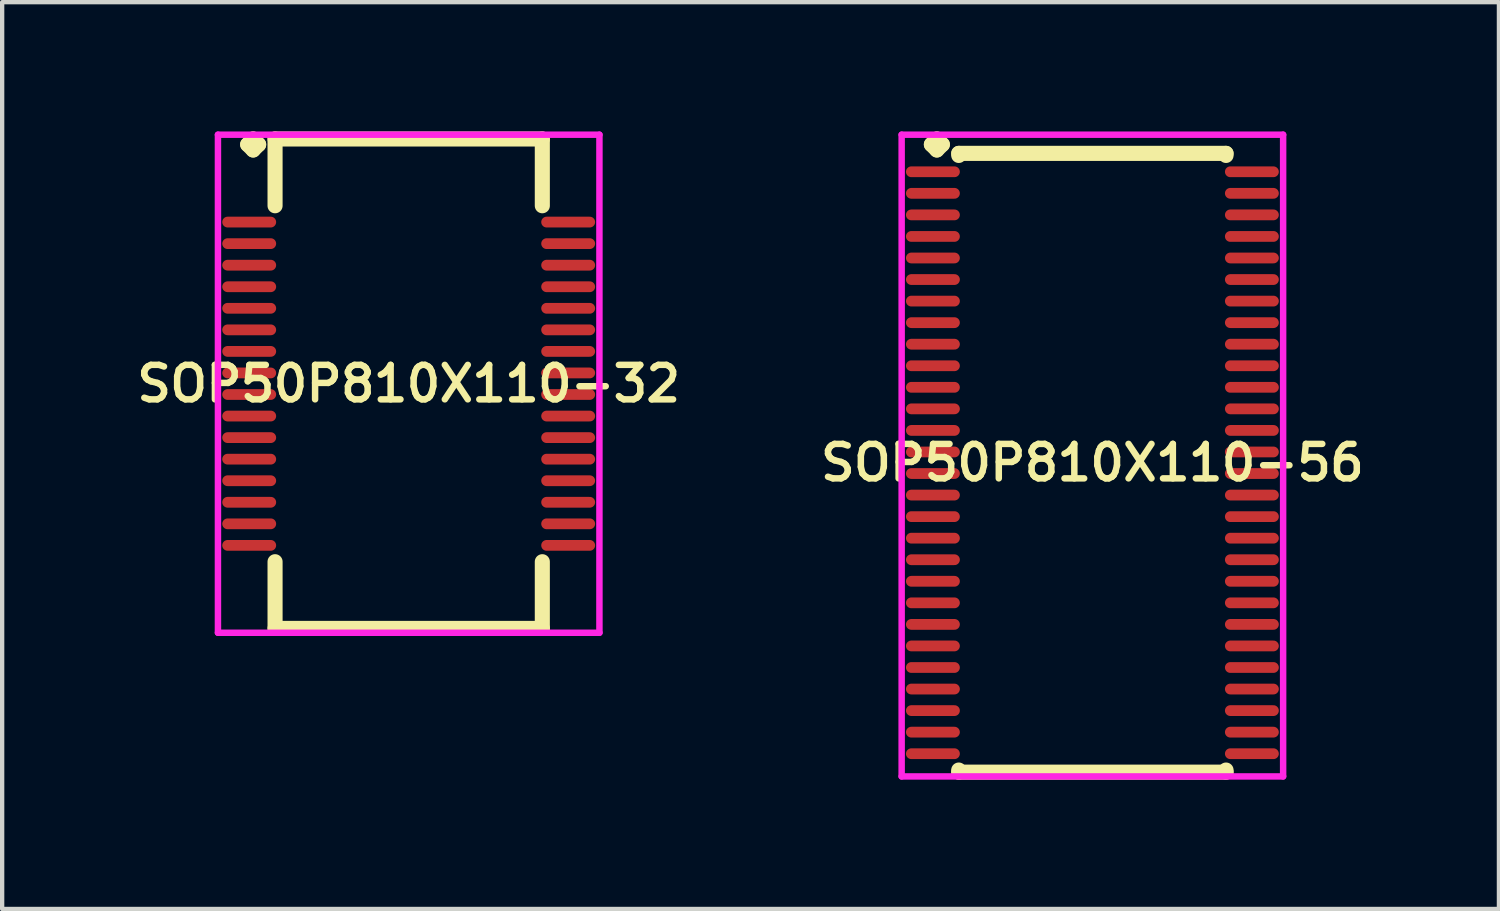
<source format=kicad_pcb>
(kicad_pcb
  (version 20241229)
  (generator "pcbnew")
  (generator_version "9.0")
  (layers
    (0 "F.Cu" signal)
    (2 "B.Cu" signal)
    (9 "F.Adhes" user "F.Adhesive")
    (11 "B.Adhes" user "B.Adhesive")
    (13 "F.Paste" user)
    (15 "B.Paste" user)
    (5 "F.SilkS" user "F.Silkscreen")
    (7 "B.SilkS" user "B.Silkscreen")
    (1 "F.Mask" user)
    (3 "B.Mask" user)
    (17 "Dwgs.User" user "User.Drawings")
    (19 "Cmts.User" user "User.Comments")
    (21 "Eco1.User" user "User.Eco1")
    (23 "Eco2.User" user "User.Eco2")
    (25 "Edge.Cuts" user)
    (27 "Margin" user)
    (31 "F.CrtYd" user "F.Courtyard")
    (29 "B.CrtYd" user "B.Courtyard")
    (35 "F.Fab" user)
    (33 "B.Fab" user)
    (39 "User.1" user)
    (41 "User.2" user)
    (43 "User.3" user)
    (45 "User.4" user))
  (footprint "SOP50P810X110-56"
    (layer "F.Cu")
    (at 22.292 7.685)
    (property "Reference" "SOP50P810X110-56" (at 0 0 0) (layer "F.SilkS") (effects (font (size 0.8 0.8) (thickness 0.15))))
    (attr smd)
    (fp_line (start -3.735 -7.383) (end -3.608 -7.51) (stroke (width 0.35) (type solid)) (layer "F.SilkS"))
    (fp_line (start -3.608 -7.51) (end -3.481 -7.383) (stroke (width 0.35) (type solid)) (layer "F.SilkS"))
    (fp_line (start -3.608 -7.256) (end -3.735 -7.383) (stroke (width 0.35) (type solid)) (layer "F.SilkS"))
    (fp_line (start -3.481 -7.383) (end -3.608 -7.256) (stroke (width 0.35) (type solid)) (layer "F.SilkS"))
    (fp_line (start -3.1 -7.177) (end 3.1 -7.177) (stroke (width 0.35) (type solid)) (layer "F.SilkS"))
    (fp_line (start -3.1 -7.129) (end -3.1 -7.177) (stroke (width 0.35) (type solid)) (layer "F.SilkS"))
    (fp_line (start -3.1 7.129) (end -3.1 7.177) (stroke (width 0.35) (type solid)) (layer "F.SilkS"))
    (fp_line (start -3.1 7.177) (end 3.1 7.177) (stroke (width 0.35) (type solid)) (layer "F.SilkS"))
    (fp_line (start 3.1 -7.177) (end 3.1 -7.129) (stroke (width 0.35) (type solid)) (layer "F.SilkS"))
    (fp_line (start 3.1 7.177) (end 3.1 7.129) (stroke (width 0.35) (type solid)) (layer "F.SilkS"))
    (fp_line (start -4.425 -7.61) (end 4.425 -7.61) (stroke (width 0.15) (type solid)) (layer "F.CrtYd"))
    (fp_line (start -4.425 7.277) (end -4.425 -7.61) (stroke (width 0.15) (type solid)) (layer "F.CrtYd"))
    (fp_line (start 4.425 -7.61) (end 4.425 7.277) (stroke (width 0.15) (type solid)) (layer "F.CrtYd"))
    (fp_line (start 4.425 7.277) (end -4.425 7.277) (stroke (width 0.15) (type solid)) (layer "F.CrtYd"))
    (pad "1" smd oval (at -3.7 -6.75) (size 1.25 0.25) (layers "F.Cu" "F.Mask" "F.Paste"))
    (pad "2" smd oval (at -3.7 -6.25) (size 1.25 0.25) (layers "F.Cu" "F.Mask" "F.Paste"))
    (pad "3" smd oval (at -3.7 -5.75) (size 1.25 0.25) (layers "F.Cu" "F.Mask" "F.Paste"))
    (pad "4" smd oval (at -3.7 -5.25) (size 1.25 0.25) (layers "F.Cu" "F.Mask" "F.Paste"))
    (pad "5" smd oval (at -3.7 -4.75) (size 1.25 0.25) (layers "F.Cu" "F.Mask" "F.Paste"))
    (pad "6" smd oval (at -3.7 -4.25) (size 1.25 0.25) (layers "F.Cu" "F.Mask" "F.Paste"))
    (pad "7" smd oval (at -3.7 -3.75) (size 1.25 0.25) (layers "F.Cu" "F.Mask" "F.Paste"))
    (pad "8" smd oval (at -3.7 -3.25) (size 1.25 0.25) (layers "F.Cu" "F.Mask" "F.Paste"))
    (pad "9" smd oval (at -3.7 -2.75) (size 1.25 0.25) (layers "F.Cu" "F.Mask" "F.Paste"))
    (pad "10" smd oval (at -3.7 -2.25) (size 1.25 0.25) (layers "F.Cu" "F.Mask" "F.Paste"))
    (pad "11" smd oval (at -3.7 -1.75) (size 1.25 0.25) (layers "F.Cu" "F.Mask" "F.Paste"))
    (pad "12" smd oval (at -3.7 -1.25) (size 1.25 0.25) (layers "F.Cu" "F.Mask" "F.Paste"))
    (pad "13" smd oval (at -3.7 -0.75) (size 1.25 0.25) (layers "F.Cu" "F.Mask" "F.Paste"))
    (pad "14" smd oval (at -3.7 -0.25) (size 1.25 0.25) (layers "F.Cu" "F.Mask" "F.Paste"))
    (pad "15" smd oval (at -3.7 0.25) (size 1.25 0.25) (layers "F.Cu" "F.Mask" "F.Paste"))
    (pad "16" smd oval (at -3.7 0.75) (size 1.25 0.25) (layers "F.Cu" "F.Mask" "F.Paste"))
    (pad "17" smd oval (at -3.7 1.25) (size 1.25 0.25) (layers "F.Cu" "F.Mask" "F.Paste"))
    (pad "18" smd oval (at -3.7 1.75) (size 1.25 0.25) (layers "F.Cu" "F.Mask" "F.Paste"))
    (pad "19" smd oval (at -3.7 2.25) (size 1.25 0.25) (layers "F.Cu" "F.Mask" "F.Paste"))
    (pad "20" smd oval (at -3.7 2.75) (size 1.25 0.25) (layers "F.Cu" "F.Mask" "F.Paste"))
    (pad "21" smd oval (at -3.7 3.25) (size 1.25 0.25) (layers "F.Cu" "F.Mask" "F.Paste"))
    (pad "22" smd oval (at -3.7 3.75) (size 1.25 0.25) (layers "F.Cu" "F.Mask" "F.Paste"))
    (pad "23" smd oval (at -3.7 4.25) (size 1.25 0.25) (layers "F.Cu" "F.Mask" "F.Paste"))
    (pad "24" smd oval (at -3.7 4.75) (size 1.25 0.25) (layers "F.Cu" "F.Mask" "F.Paste"))
    (pad "25" smd oval (at -3.7 5.25) (size 1.25 0.25) (layers "F.Cu" "F.Mask" "F.Paste"))
    (pad "26" smd oval (at -3.7 5.75) (size 1.25 0.25) (layers "F.Cu" "F.Mask" "F.Paste"))
    (pad "27" smd oval (at -3.7 6.25) (size 1.25 0.25) (layers "F.Cu" "F.Mask" "F.Paste"))
    (pad "28" smd oval (at -3.7 6.75) (size 1.25 0.25) (layers "F.Cu" "F.Mask" "F.Paste"))
    (pad "29" smd oval (at 3.7 6.75) (size 1.25 0.25) (layers "F.Cu" "F.Mask" "F.Paste"))
    (pad "30" smd oval (at 3.7 6.25) (size 1.25 0.25) (layers "F.Cu" "F.Mask" "F.Paste"))
    (pad "31" smd oval (at 3.7 5.75) (size 1.25 0.25) (layers "F.Cu" "F.Mask" "F.Paste"))
    (pad "32" smd oval (at 3.7 5.25) (size 1.25 0.25) (layers "F.Cu" "F.Mask" "F.Paste"))
    (pad "33" smd oval (at 3.7 4.75) (size 1.25 0.25) (layers "F.Cu" "F.Mask" "F.Paste"))
    (pad "34" smd oval (at 3.7 4.25) (size 1.25 0.25) (layers "F.Cu" "F.Mask" "F.Paste"))
    (pad "35" smd oval (at 3.7 3.75) (size 1.25 0.25) (layers "F.Cu" "F.Mask" "F.Paste"))
    (pad "36" smd oval (at 3.7 3.25) (size 1.25 0.25) (layers "F.Cu" "F.Mask" "F.Paste"))
    (pad "37" smd oval (at 3.7 2.75) (size 1.25 0.25) (layers "F.Cu" "F.Mask" "F.Paste"))
    (pad "38" smd oval (at 3.7 2.25) (size 1.25 0.25) (layers "F.Cu" "F.Mask" "F.Paste"))
    (pad "39" smd oval (at 3.7 1.75) (size 1.25 0.25) (layers "F.Cu" "F.Mask" "F.Paste"))
    (pad "40" smd oval (at 3.7 1.25) (size 1.25 0.25) (layers "F.Cu" "F.Mask" "F.Paste"))
    (pad "41" smd oval (at 3.7 0.75) (size 1.25 0.25) (layers "F.Cu" "F.Mask" "F.Paste"))
    (pad "42" smd oval (at 3.7 0.25) (size 1.25 0.25) (layers "F.Cu" "F.Mask" "F.Paste"))
    (pad "43" smd oval (at 3.7 -0.25) (size 1.25 0.25) (layers "F.Cu" "F.Mask" "F.Paste"))
    (pad "44" smd oval (at 3.7 -0.75) (size 1.25 0.25) (layers "F.Cu" "F.Mask" "F.Paste"))
    (pad "45" smd oval (at 3.7 -1.25) (size 1.25 0.25) (layers "F.Cu" "F.Mask" "F.Paste"))
    (pad "46" smd oval (at 3.7 -1.75) (size 1.25 0.25) (layers "F.Cu" "F.Mask" "F.Paste"))
    (pad "47" smd oval (at 3.7 -2.25) (size 1.25 0.25) (layers "F.Cu" "F.Mask" "F.Paste"))
    (pad "48" smd oval (at 3.7 -2.75) (size 1.25 0.25) (layers "F.Cu" "F.Mask" "F.Paste"))
    (pad "49" smd oval (at 3.7 -3.25) (size 1.25 0.25) (layers "F.Cu" "F.Mask" "F.Paste"))
    (pad "50" smd oval (at 3.7 -3.75) (size 1.25 0.25) (layers "F.Cu" "F.Mask" "F.Paste"))
    (pad "51" smd oval (at 3.7 -4.25) (size 1.25 0.25) (layers "F.Cu" "F.Mask" "F.Paste"))
    (pad "52" smd oval (at 3.7 -4.75) (size 1.25 0.25) (layers "F.Cu" "F.Mask" "F.Paste"))
    (pad "53" smd oval (at 3.7 -5.25) (size 1.25 0.25) (layers "F.Cu" "F.Mask" "F.Paste"))
    (pad "54" smd oval (at 3.7 -5.75) (size 1.25 0.25) (layers "F.Cu" "F.Mask" "F.Paste"))
    (pad "55" smd oval (at 3.7 -6.25) (size 1.25 0.25) (layers "F.Cu" "F.Mask" "F.Paste"))
    (pad "56" smd oval (at 3.7 -6.75) (size 1.25 0.25) (layers "F.Cu" "F.Mask" "F.Paste")))
  (footprint "SOP50P810X110-32"
    (layer "F.Cu")
    (at 6.431 5.852)
    (property "Reference" "SOP50P810X110-32" (at 0 0 0) (layer "F.SilkS") (effects (font (size 0.8 0.8) (thickness 0.15))))
    (attr smd)
    (fp_line (start -3.735 -5.55) (end -3.608 -5.677) (stroke (width 0.35) (type solid)) (layer "F.SilkS"))
    (fp_line (start -3.608 -5.677) (end -3.481 -5.55) (stroke (width 0.35) (type solid)) (layer "F.SilkS"))
    (fp_line (start -3.608 -5.423) (end -3.735 -5.55) (stroke (width 0.35) (type solid)) (layer "F.SilkS"))
    (fp_line (start -3.481 -5.55) (end -3.608 -5.423) (stroke (width 0.35) (type solid)) (layer "F.SilkS"))
    (fp_line (start -3.1 -5.677) (end 3.1 -5.677) (stroke (width 0.35) (type solid)) (layer "F.SilkS"))
    (fp_line (start -3.1 -4.129) (end -3.1 -5.677) (stroke (width 0.35) (type solid)) (layer "F.SilkS"))
    (fp_line (start -3.1 4.129) (end -3.1 5.677) (stroke (width 0.35) (type solid)) (layer "F.SilkS"))
    (fp_line (start -3.1 5.677) (end 3.1 5.677) (stroke (width 0.35) (type solid)) (layer "F.SilkS"))
    (fp_line (start 3.1 -5.677) (end 3.1 -4.129) (stroke (width 0.35) (type solid)) (layer "F.SilkS"))
    (fp_line (start 3.1 5.677) (end 3.1 4.129) (stroke (width 0.35) (type solid)) (layer "F.SilkS"))
    (fp_line (start -4.425 -5.777) (end 4.425 -5.777) (stroke (width 0.15) (type solid)) (layer "F.CrtYd"))
    (fp_line (start -4.425 5.777) (end -4.425 -5.777) (stroke (width 0.15) (type solid)) (layer "F.CrtYd"))
    (fp_line (start 4.425 -5.777) (end 4.425 5.777) (stroke (width 0.15) (type solid)) (layer "F.CrtYd"))
    (fp_line (start 4.425 5.777) (end -4.425 5.777) (stroke (width 0.15) (type solid)) (layer "F.CrtYd"))
    (pad "1" smd oval (at -3.7 -3.75) (size 1.25 0.25) (layers "F.Cu" "F.Mask" "F.Paste"))
    (pad "2" smd oval (at -3.7 -3.25) (size 1.25 0.25) (layers "F.Cu" "F.Mask" "F.Paste"))
    (pad "3" smd oval (at -3.7 -2.75) (size 1.25 0.25) (layers "F.Cu" "F.Mask" "F.Paste"))
    (pad "4" smd oval (at -3.7 -2.25) (size 1.25 0.25) (layers "F.Cu" "F.Mask" "F.Paste"))
    (pad "5" smd oval (at -3.7 -1.75) (size 1.25 0.25) (layers "F.Cu" "F.Mask" "F.Paste"))
    (pad "6" smd oval (at -3.7 -1.25) (size 1.25 0.25) (layers "F.Cu" "F.Mask" "F.Paste"))
    (pad "7" smd oval (at -3.7 -0.75) (size 1.25 0.25) (layers "F.Cu" "F.Mask" "F.Paste"))
    (pad "8" smd oval (at -3.7 -0.25) (size 1.25 0.25) (layers "F.Cu" "F.Mask" "F.Paste"))
    (pad "9" smd oval (at -3.7 0.25) (size 1.25 0.25) (layers "F.Cu" "F.Mask" "F.Paste"))
    (pad "10" smd oval (at -3.7 0.75) (size 1.25 0.25) (layers "F.Cu" "F.Mask" "F.Paste"))
    (pad "11" smd oval (at -3.7 1.25) (size 1.25 0.25) (layers "F.Cu" "F.Mask" "F.Paste"))
    (pad "12" smd oval (at -3.7 1.75) (size 1.25 0.25) (layers "F.Cu" "F.Mask" "F.Paste"))
    (pad "13" smd oval (at -3.7 2.25) (size 1.25 0.25) (layers "F.Cu" "F.Mask" "F.Paste"))
    (pad "14" smd oval (at -3.7 2.75) (size 1.25 0.25) (layers "F.Cu" "F.Mask" "F.Paste"))
    (pad "15" smd oval (at -3.7 3.25) (size 1.25 0.25) (layers "F.Cu" "F.Mask" "F.Paste"))
    (pad "16" smd oval (at -3.7 3.75) (size 1.25 0.25) (layers "F.Cu" "F.Mask" "F.Paste"))
    (pad "17" smd oval (at 3.7 3.75) (size 1.25 0.25) (layers "F.Cu" "F.Mask" "F.Paste"))
    (pad "18" smd oval (at 3.7 3.25) (size 1.25 0.25) (layers "F.Cu" "F.Mask" "F.Paste"))
    (pad "19" smd oval (at 3.7 2.75) (size 1.25 0.25) (layers "F.Cu" "F.Mask" "F.Paste"))
    (pad "20" smd oval (at 3.7 2.25) (size 1.25 0.25) (layers "F.Cu" "F.Mask" "F.Paste"))
    (pad "21" smd oval (at 3.7 1.75) (size 1.25 0.25) (layers "F.Cu" "F.Mask" "F.Paste"))
    (pad "22" smd oval (at 3.7 1.25) (size 1.25 0.25) (layers "F.Cu" "F.Mask" "F.Paste"))
    (pad "23" smd oval (at 3.7 0.75) (size 1.25 0.25) (layers "F.Cu" "F.Mask" "F.Paste"))
    (pad "24" smd oval (at 3.7 0.25) (size 1.25 0.25) (layers "F.Cu" "F.Mask" "F.Paste"))
    (pad "25" smd oval (at 3.7 -0.25) (size 1.25 0.25) (layers "F.Cu" "F.Mask" "F.Paste"))
    (pad "26" smd oval (at 3.7 -0.75) (size 1.25 0.25) (layers "F.Cu" "F.Mask" "F.Paste"))
    (pad "27" smd oval (at 3.7 -1.25) (size 1.25 0.25) (layers "F.Cu" "F.Mask" "F.Paste"))
    (pad "28" smd oval (at 3.7 -1.75) (size 1.25 0.25) (layers "F.Cu" "F.Mask" "F.Paste"))
    (pad "29" smd oval (at 3.7 -2.25) (size 1.25 0.25) (layers "F.Cu" "F.Mask" "F.Paste"))
    (pad "30" smd oval (at 3.7 -2.75) (size 1.25 0.25) (layers "F.Cu" "F.Mask" "F.Paste"))
    (pad "31" smd oval (at 3.7 -3.25) (size 1.25 0.25) (layers "F.Cu" "F.Mask" "F.Paste"))
    (pad "32" smd oval (at 3.7 -3.75) (size 1.25 0.25) (layers "F.Cu" "F.Mask" "F.Paste")))
  (gr_rect
    (start -3 -3)
    (end 31.723 18.037)
    (stroke (width 0.1) (type default))
    (fill no)
    (layer "Edge.Cuts")))
</source>
